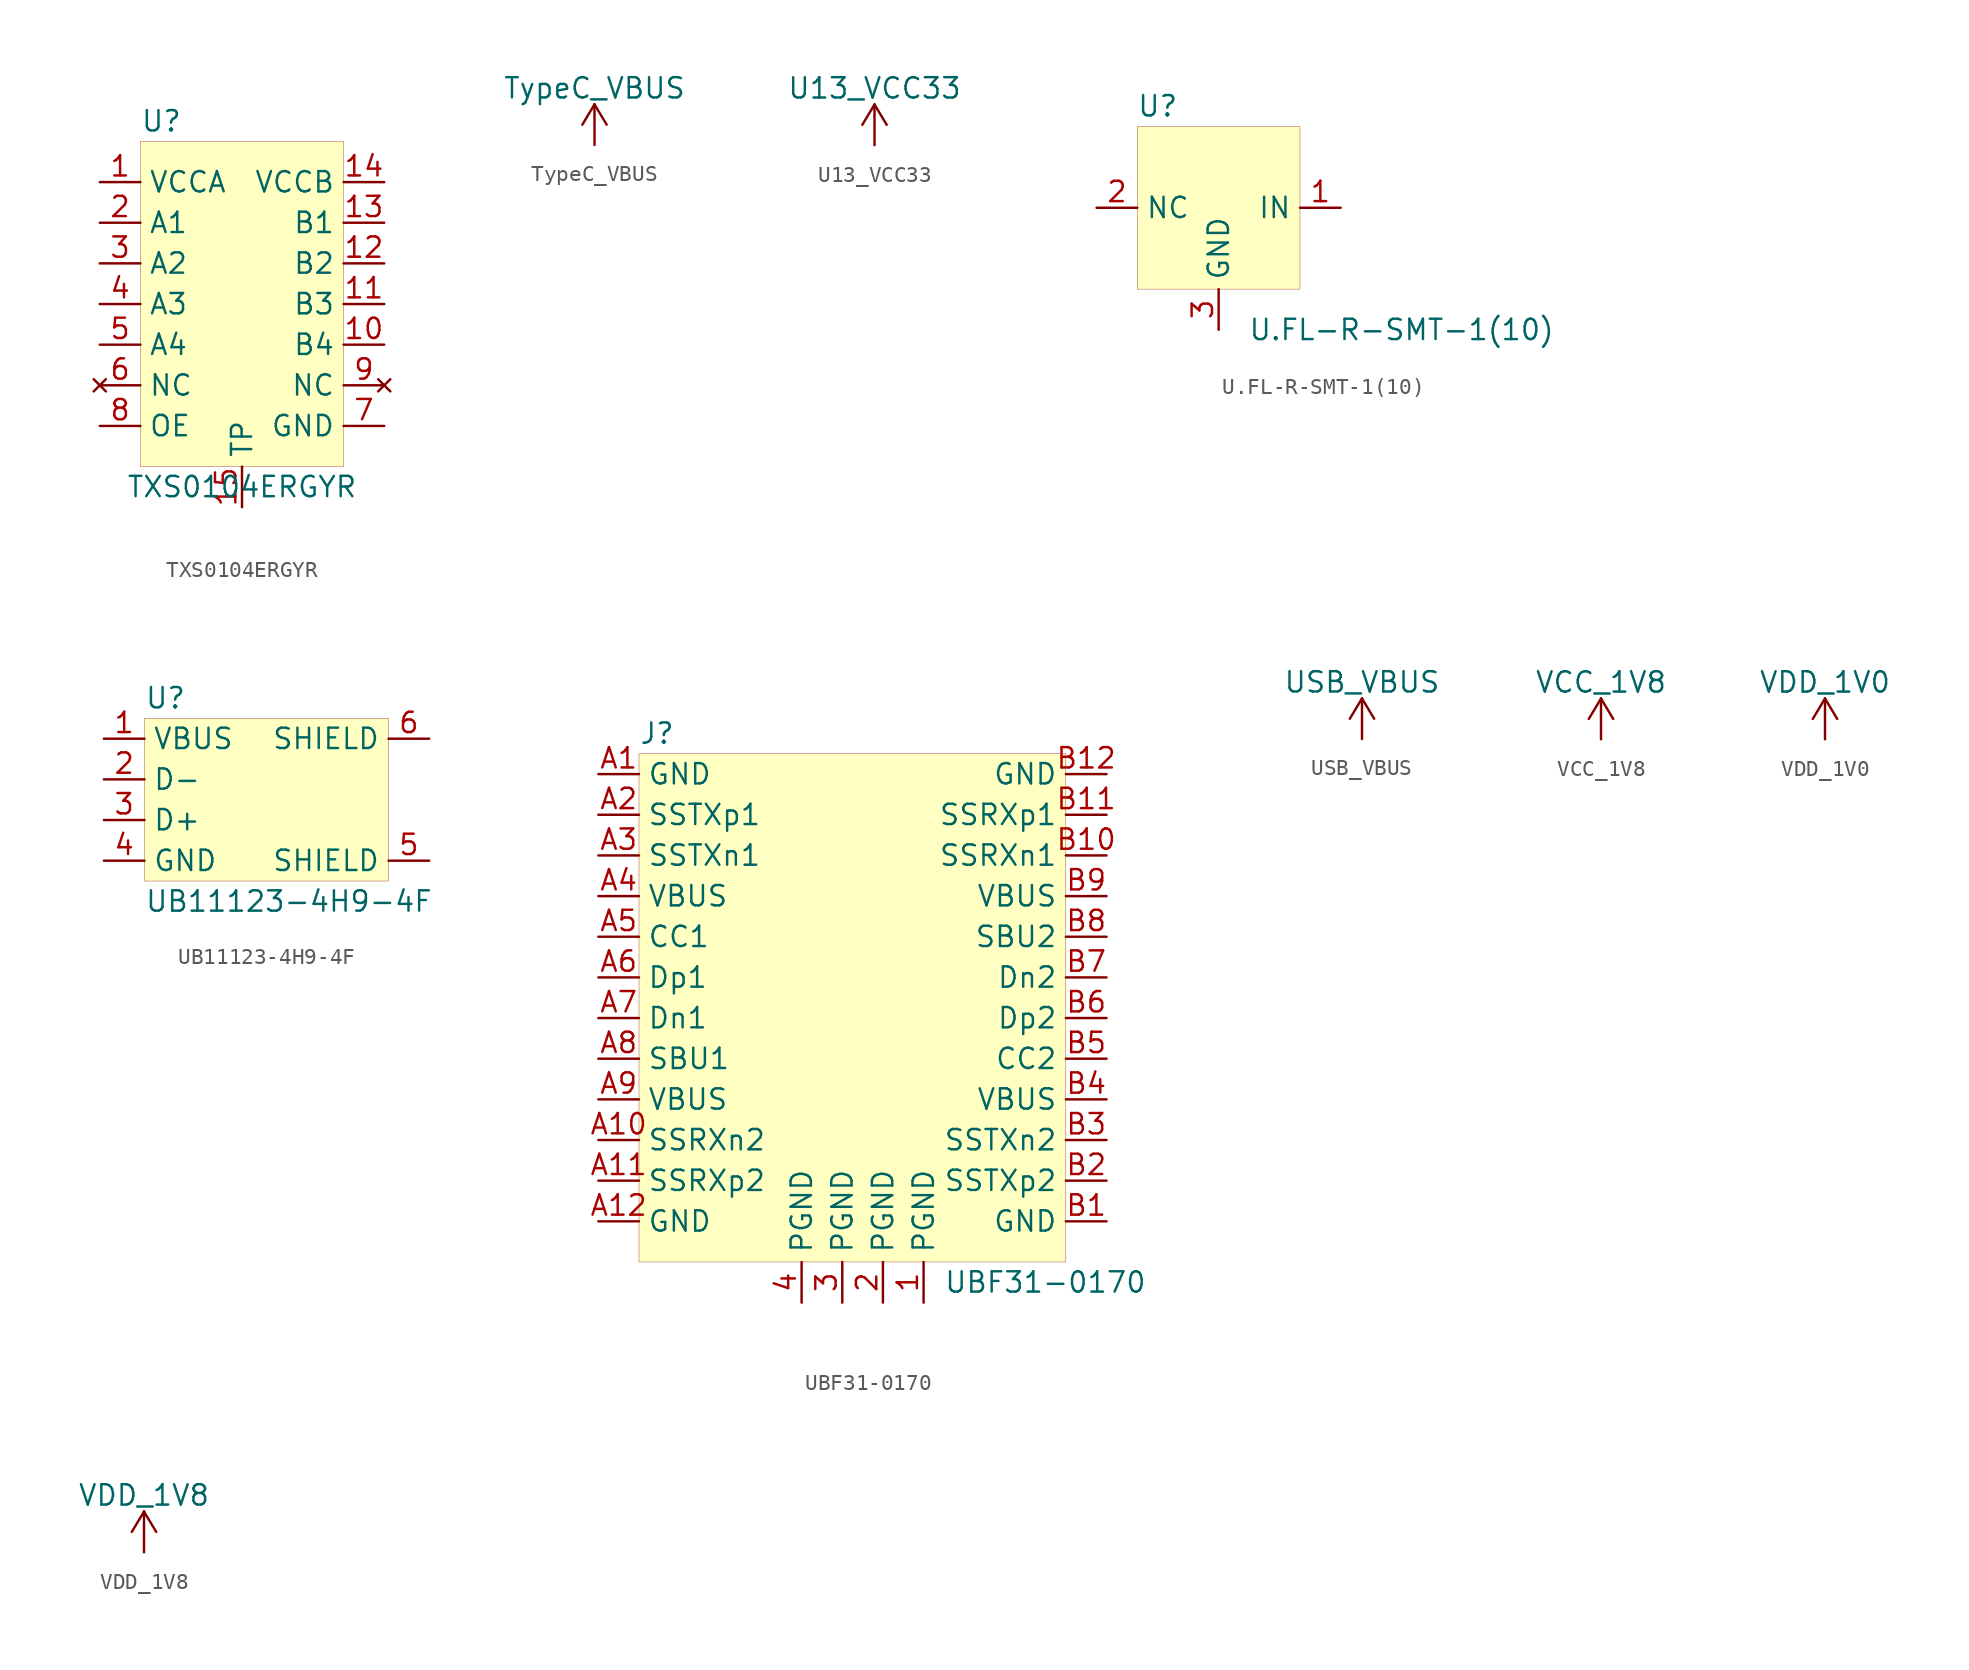
<source format=kicad_sym>
(kicad_symbol_lib
  (version 20201005)
  (generator kicad_symbol_editor)
  (symbol "beaglebone-ai:TXS0104ERGYR"
    (property "Reference" "U"
      (at -6.35 10.16 0)
      (effects (font (size 1.27 1.27)) (justify left)))
    (property "Value" "TXS0104ERGYR"
      (at 0 -12.7 0)
      (effects (font (size 1.27 1.27))))
    (symbol "TXS0104ERGYR_0_1"
      (rectangle (start -6.35 8.89) (end 6.35 -11.43) (stroke (width 0.001)) (fill (type background))))
    (symbol "TXS0104ERGYR_1_1"
      (pin passive line (at -8.89 3.81 0) (length 2.54) (name "A1" (effects (font (size 1.27 1.27)))) (number "2" (effects (font (size 1.27 1.27)))))
      (pin passive line (at -8.89 1.27 0) (length 2.54) (name "A2" (effects (font (size 1.27 1.27)))) (number "3" (effects (font (size 1.27 1.27)))))
      (pin passive line (at -8.89 -1.27 0) (length 2.54) (name "A3" (effects (font (size 1.27 1.27)))) (number "4" (effects (font (size 1.27 1.27)))))
      (pin passive line (at -8.89 -3.81 0) (length 2.54) (name "A4" (effects (font (size 1.27 1.27)))) (number "5" (effects (font (size 1.27 1.27)))))
      (pin passive line (at 8.89 -3.81 180) (length 2.54) (name "B4" (effects (font (size 1.27 1.27)))) (number "10" (effects (font (size 1.27 1.27)))))
      (pin passive line (at 8.89 -1.27 180) (length 2.54) (name "B3" (effects (font (size 1.27 1.27)))) (number "11" (effects (font (size 1.27 1.27)))))
      (pin passive line (at 8.89 1.27 180) (length 2.54) (name "B2" (effects (font (size 1.27 1.27)))) (number "12" (effects (font (size 1.27 1.27)))))
      (pin passive line (at 8.89 3.81 180) (length 2.54) (name "B1" (effects (font (size 1.27 1.27)))) (number "13" (effects (font (size 1.27 1.27)))))
      (pin power_in line (at -8.89 6.35 0) (length 2.54) (name "VCCA" (effects (font (size 1.27 1.27)))) (number "1" (effects (font (size 1.27 1.27)))))
      (pin power_in line (at 8.89 6.35 180) (length 2.54) (name "VCCB" (effects (font (size 1.27 1.27)))) (number "14" (effects (font (size 1.27 1.27)))))
      (pin no_connect line (at 8.89 -6.35 180) (length 2.54) (name "NC" (effects (font (size 1.27 1.27)))) (number "9" (effects (font (size 1.27 1.27)))))
      (pin no_connect line (at -8.89 -6.35 0) (length 2.54) (name "NC" (effects (font (size 1.27 1.27)))) (number "6" (effects (font (size 1.27 1.27)))))
      (pin input line (at -8.89 -8.89 0) (length 2.54) (name "OE" (effects (font (size 1.27 1.27)))) (number "8" (effects (font (size 1.27 1.27)))))
      (pin input line (at 8.89 -8.89 180) (length 2.54) (name "GND" (effects (font (size 1.27 1.27)))) (number "7" (effects (font (size 1.27 1.27)))))
      (pin passive line (at 0 -13.97 90) (length 2.54) (name "TP" (effects (font (size 1.27 1.27)))) (number "15" (effects (font (size 1.27 1.27)))))))
  (symbol "beaglebone-ai:TypeC_VBUS"
    (power)
    (pin_names
      (offset 0))
    (property "Reference" "#PWR"
      (at 0 -3.81 0)
      (effects (font (size 1.27 1.27)) hide))
    (property "Value" "TypeC_VBUS"
      (at 0 3.556 0)
      (effects (font (size 1.27 1.27))))
    (symbol "TypeC_VBUS_0_1"
      (polyline (pts (xy -0.762 1.27) (xy 0 2.54)) (stroke (width 0)) (fill (type none)))
      (polyline (pts (xy 0 0) (xy 0 2.54)) (stroke (width 0)) (fill (type none)))
      (polyline (pts (xy 0 2.54) (xy 0.762 1.27)) (stroke (width 0)) (fill (type none))))
    (symbol "TypeC_VBUS_1_1"
      (pin power_in line (at 0 0 90) (length 0) hide (name "TypeC_VBUS" (effects (font (size 1.27 1.27)))) (number "1" (effects (font (size 1.27 1.27)))))))
  (symbol "beaglebone-ai:U13_VCC33"
    (power)
    (pin_names
      (offset 0))
    (property "Reference" "#PWR"
      (at 0 -3.81 0)
      (effects (font (size 1.27 1.27)) hide))
    (property "Value" "U13_VCC33"
      (at 0 3.556 0)
      (effects (font (size 1.27 1.27))))
    (symbol "U13_VCC33_0_1"
      (polyline (pts (xy -0.762 1.27) (xy 0 2.54)) (stroke (width 0)) (fill (type none)))
      (polyline (pts (xy 0 0) (xy 0 2.54)) (stroke (width 0)) (fill (type none)))
      (polyline (pts (xy 0 2.54) (xy 0.762 1.27)) (stroke (width 0)) (fill (type none))))
    (symbol "U13_VCC33_1_1"
      (pin power_in line (at 0 0 90) (length 0) hide (name "U13_VCC33" (effects (font (size 1.27 1.27)))) (number "1" (effects (font (size 1.27 1.27)))))))
  (symbol "beaglebone-ai:U.FL-R-SMT-1(10)"
    (property "Reference" "U"
      (at -3.81 6.35 0)
      (effects (font (size 1.27 1.27))))
    (property "Value" "U.FL-R-SMT-1(10)"
      (at 11.43 -7.62 0)
      (effects (font (size 1.27 1.27))))
    (symbol "U.FL-R-SMT-1(10)_0_1"
      (rectangle (start -5.08 5.08) (end 5.08 -5.08) (stroke (width 0.001)) (fill (type background))))
    (symbol "U.FL-R-SMT-1(10)_1_1"
      (pin passive line (at -7.62 0 0) (length 2.54) (name "NC" (effects (font (size 1.27 1.27)))) (number "2" (effects (font (size 1.27 1.27)))))
      (pin power_in line (at 0 -7.62 90) (length 2.54) (name "GND" (effects (font (size 1.27 1.27)))) (number "3" (effects (font (size 1.27 1.27)))))
      (pin input line (at 7.62 0 180) (length 2.54) (name "IN" (effects (font (size 1.27 1.27)))) (number "1" (effects (font (size 1.27 1.27)))))))
  (symbol "beaglebone-ai:UB11123-4H9-4F"
    (property "Reference" "U"
      (at -7.62 6.35 0)
      (effects (font (size 1.27 1.27)) (justify left)))
    (property "Value" "UB11123-4H9-4F"
      (at -7.62 -6.35 0)
      (effects (font (size 1.27 1.27)) (justify left)))
    (symbol "UB11123-4H9-4F_0_1"
      (rectangle (start -7.62 5.08) (end 7.62 -5.08) (stroke (width 0.001)) (fill (type background))))
    (symbol "UB11123-4H9-4F_1_1"
      (pin power_in line (at -10.16 3.81 0) (length 2.54) (name "VBUS" (effects (font (size 1.27 1.27)))) (number "1" (effects (font (size 1.27 1.27)))))
      (pin bidirectional line (at -10.16 1.27 0) (length 2.54) (name "D-" (effects (font (size 1.27 1.27)))) (number "2" (effects (font (size 1.27 1.27)))))
      (pin bidirectional line (at -10.16 -1.27 0) (length 2.54) (name "D+" (effects (font (size 1.27 1.27)))) (number "3" (effects (font (size 1.27 1.27)))))
      (pin power_in line (at -10.16 -3.81 0) (length 2.54) (name "GND" (effects (font (size 1.27 1.27)))) (number "4" (effects (font (size 1.27 1.27)))))
      (pin passive line (at 10.16 3.81 180) (length 2.54) (name "SHIELD" (effects (font (size 1.27 1.27)))) (number "6" (effects (font (size 1.27 1.27)))))
      (pin passive line (at 10.16 -3.81 180) (length 2.54) (name "SHIELD" (effects (font (size 1.27 1.27)))) (number "5" (effects (font (size 1.27 1.27)))))))
  (symbol "beaglebone-ai:UBF31-0170"
    (property "Reference" "J"
      (at -12.7 17.78 0)
      (effects (font (size 1.27 1.27)) (justify left)))
    (property "Value" "UBF31-0170"
      (at 19.05 -16.51 0)
      (effects (font (size 1.27 1.27)) (justify right)))
    (symbol "UBF31-0170_0_1"
      (rectangle (start -12.7 16.51) (end 13.97 -15.24) (stroke (width 0.001)) (fill (type background))))
    (symbol "UBF31-0170_1_1"
      (pin power_in line (at -15.24 15.24 0) (length 2.54) (name "GND" (effects (font (size 1.27 1.27)))) (number "A1" (effects (font (size 1.27 1.27)))))
      (pin bidirectional line (at -15.24 12.7 0) (length 2.54) (name "SSTXp1" (effects (font (size 1.27 1.27)))) (number "A2" (effects (font (size 1.27 1.27)))))
      (pin bidirectional line (at -15.24 10.16 0) (length 2.54) (name "SSTXn1" (effects (font (size 1.27 1.27)))) (number "A3" (effects (font (size 1.27 1.27)))))
      (pin power_in line (at -15.24 7.62 0) (length 2.54) (name "VBUS" (effects (font (size 1.27 1.27)))) (number "A4" (effects (font (size 1.27 1.27)))))
      (pin passive line (at -15.24 5.08 0) (length 2.54) (name "CC1" (effects (font (size 1.27 1.27)))) (number "A5" (effects (font (size 1.27 1.27)))))
      (pin bidirectional line (at -15.24 2.54 0) (length 2.54) (name "Dp1" (effects (font (size 1.27 1.27)))) (number "A6" (effects (font (size 1.27 1.27)))))
      (pin bidirectional line (at -15.24 0 0) (length 2.54) (name "Dn1" (effects (font (size 1.27 1.27)))) (number "A7" (effects (font (size 1.27 1.27)))))
      (pin passive line (at -15.24 -2.54 0) (length 2.54) (name "SBU1" (effects (font (size 1.27 1.27)))) (number "A8" (effects (font (size 1.27 1.27)))))
      (pin power_in line (at -15.24 -5.08 0) (length 2.54) (name "VBUS" (effects (font (size 1.27 1.27)))) (number "A9" (effects (font (size 1.27 1.27)))))
      (pin bidirectional line (at -15.24 -7.62 0) (length 2.54) (name "SSRXn2" (effects (font (size 1.27 1.27)))) (number "A10" (effects (font (size 1.27 1.27)))))
      (pin bidirectional line (at -15.24 -10.16 0) (length 2.54) (name "SSRXp2" (effects (font (size 1.27 1.27)))) (number "A11" (effects (font (size 1.27 1.27)))))
      (pin power_in line (at -15.24 -12.7 0) (length 2.54) (name "GND" (effects (font (size 1.27 1.27)))) (number "A12" (effects (font (size 1.27 1.27)))))
      (pin power_in line (at 16.51 -12.7 180) (length 2.54) (name "GND" (effects (font (size 1.27 1.27)))) (number "B1" (effects (font (size 1.27 1.27)))))
      (pin bidirectional line (at 16.51 -10.16 180) (length 2.54) (name "SSTXp2" (effects (font (size 1.27 1.27)))) (number "B2" (effects (font (size 1.27 1.27)))))
      (pin bidirectional line (at 16.51 -7.62 180) (length 2.54) (name "SSTXn2" (effects (font (size 1.27 1.27)))) (number "B3" (effects (font (size 1.27 1.27)))))
      (pin power_in line (at 16.51 -5.08 180) (length 2.54) (name "VBUS" (effects (font (size 1.27 1.27)))) (number "B4" (effects (font (size 1.27 1.27)))))
      (pin passive line (at 16.51 -2.54 180) (length 2.54) (name "CC2" (effects (font (size 1.27 1.27)))) (number "B5" (effects (font (size 1.27 1.27)))))
      (pin bidirectional line (at 16.51 0 180) (length 2.54) (name "Dp2" (effects (font (size 1.27 1.27)))) (number "B6" (effects (font (size 1.27 1.27)))))
      (pin bidirectional line (at 16.51 2.54 180) (length 2.54) (name "Dn2" (effects (font (size 1.27 1.27)))) (number "B7" (effects (font (size 1.27 1.27)))))
      (pin passive line (at 16.51 5.08 180) (length 2.54) (name "SBU2" (effects (font (size 1.27 1.27)))) (number "B8" (effects (font (size 1.27 1.27)))))
      (pin power_in line (at 16.51 7.62 180) (length 2.54) (name "VBUS" (effects (font (size 1.27 1.27)))) (number "B9" (effects (font (size 1.27 1.27)))))
      (pin bidirectional line (at 16.51 10.16 180) (length 2.54) (name "SSRXn1" (effects (font (size 1.27 1.27)))) (number "B10" (effects (font (size 1.27 1.27)))))
      (pin bidirectional line (at 16.51 12.7 180) (length 2.54) (name "SSRXp1" (effects (font (size 1.27 1.27)))) (number "B11" (effects (font (size 1.27 1.27)))))
      (pin power_in line (at 16.51 15.24 180) (length 2.54) (name "GND" (effects (font (size 1.27 1.27)))) (number "B12" (effects (font (size 1.27 1.27)))))
      (pin power_in line (at 5.08 -17.78 90) (length 2.54) (name "PGND" (effects (font (size 1.27 1.27)))) (number "1" (effects (font (size 1.27 1.27)))))
      (pin power_in line (at 2.54 -17.78 90) (length 2.54) (name "PGND" (effects (font (size 1.27 1.27)))) (number "2" (effects (font (size 1.27 1.27)))))
      (pin power_in line (at 0 -17.78 90) (length 2.54) (name "PGND" (effects (font (size 1.27 1.27)))) (number "3" (effects (font (size 1.27 1.27)))))
      (pin power_in line (at -2.54 -17.78 90) (length 2.54) (name "PGND" (effects (font (size 1.27 1.27)))) (number "4" (effects (font (size 1.27 1.27)))))))
  (symbol "beaglebone-ai:USB_VBUS"
    (power)
    (pin_names
      (offset 0))
    (property "Reference" "#PWR"
      (at 0 -3.81 0)
      (effects (font (size 1.27 1.27)) hide))
    (property "Value" "USB_VBUS"
      (at 0 3.556 0)
      (effects (font (size 1.27 1.27))))
    (symbol "USB_VBUS_0_1"
      (polyline (pts (xy -0.762 1.27) (xy 0 2.54)) (stroke (width 0)) (fill (type none)))
      (polyline (pts (xy 0 0) (xy 0 2.54)) (stroke (width 0)) (fill (type none)))
      (polyline (pts (xy 0 2.54) (xy 0.762 1.27)) (stroke (width 0)) (fill (type none))))
    (symbol "USB_VBUS_1_1"
      (pin power_in line (at 0 0 90) (length 0) hide (name "USB_VBUS" (effects (font (size 1.27 1.27)))) (number "1" (effects (font (size 1.27 1.27)))))))
  (symbol "beaglebone-ai:VCC_1V8"
    (power)
    (pin_names
      (offset 0))
    (property "Reference" "#PWR"
      (at 0 -3.81 0)
      (effects (font (size 1.27 1.27)) hide))
    (property "Value" "VCC_1V8"
      (at 0 3.556 0)
      (effects (font (size 1.27 1.27))))
    (symbol "VCC_1V8_0_1"
      (polyline (pts (xy -0.762 1.27) (xy 0 2.54)) (stroke (width 0)) (fill (type none)))
      (polyline (pts (xy 0 0) (xy 0 2.54)) (stroke (width 0)) (fill (type none)))
      (polyline (pts (xy 0 2.54) (xy 0.762 1.27)) (stroke (width 0)) (fill (type none))))
    (symbol "VCC_1V8_1_1"
      (pin power_in line (at 0 0 90) (length 0) hide (name "3V3_SD" (effects (font (size 1.27 1.27)))) (number "1" (effects (font (size 1.27 1.27)))))))
  (symbol "beaglebone-ai:VDD_1V0"
    (power)
    (pin_names
      (offset 0))
    (property "Reference" "#PWR"
      (at 0 -3.81 0)
      (effects (font (size 1.27 1.27)) hide))
    (property "Value" "VDD_1V0"
      (at 0 3.556 0)
      (effects (font (size 1.27 1.27))))
    (symbol "VDD_1V0_0_1"
      (polyline (pts (xy -0.762 1.27) (xy 0 2.54)) (stroke (width 0)) (fill (type none)))
      (polyline (pts (xy 0 0) (xy 0 2.54)) (stroke (width 0)) (fill (type none)))
      (polyline (pts (xy 0 2.54) (xy 0.762 1.27)) (stroke (width 0)) (fill (type none))))
    (symbol "VDD_1V0_1_1"
      (pin power_in line (at 0 0 90) (length 0) hide (name "VDD_1V0" (effects (font (size 1.27 1.27)))) (number "1" (effects (font (size 1.27 1.27)))))))
  (symbol "beaglebone-ai:VDD_1V8"
    (power)
    (pin_names
      (offset 0))
    (property "Reference" "#PWR"
      (at 0 -3.81 0)
      (effects (font (size 1.27 1.27)) hide))
    (property "Value" "VDD_1V8"
      (at 0 3.556 0)
      (effects (font (size 1.27 1.27))))
    (symbol "VDD_1V8_0_1"
      (polyline (pts (xy -0.762 1.27) (xy 0 2.54)) (stroke (width 0)) (fill (type none)))
      (polyline (pts (xy 0 0) (xy 0 2.54)) (stroke (width 0)) (fill (type none)))
      (polyline (pts (xy 0 2.54) (xy 0.762 1.27)) (stroke (width 0)) (fill (type none))))
    (symbol "VDD_1V8_1_1"
      (pin power_in line (at 0 0 90) (length 0) hide (name "VDD_1V8" (effects (font (size 1.27 1.27)))) (number "1" (effects (font (size 1.27 1.27))))))))
</source>
